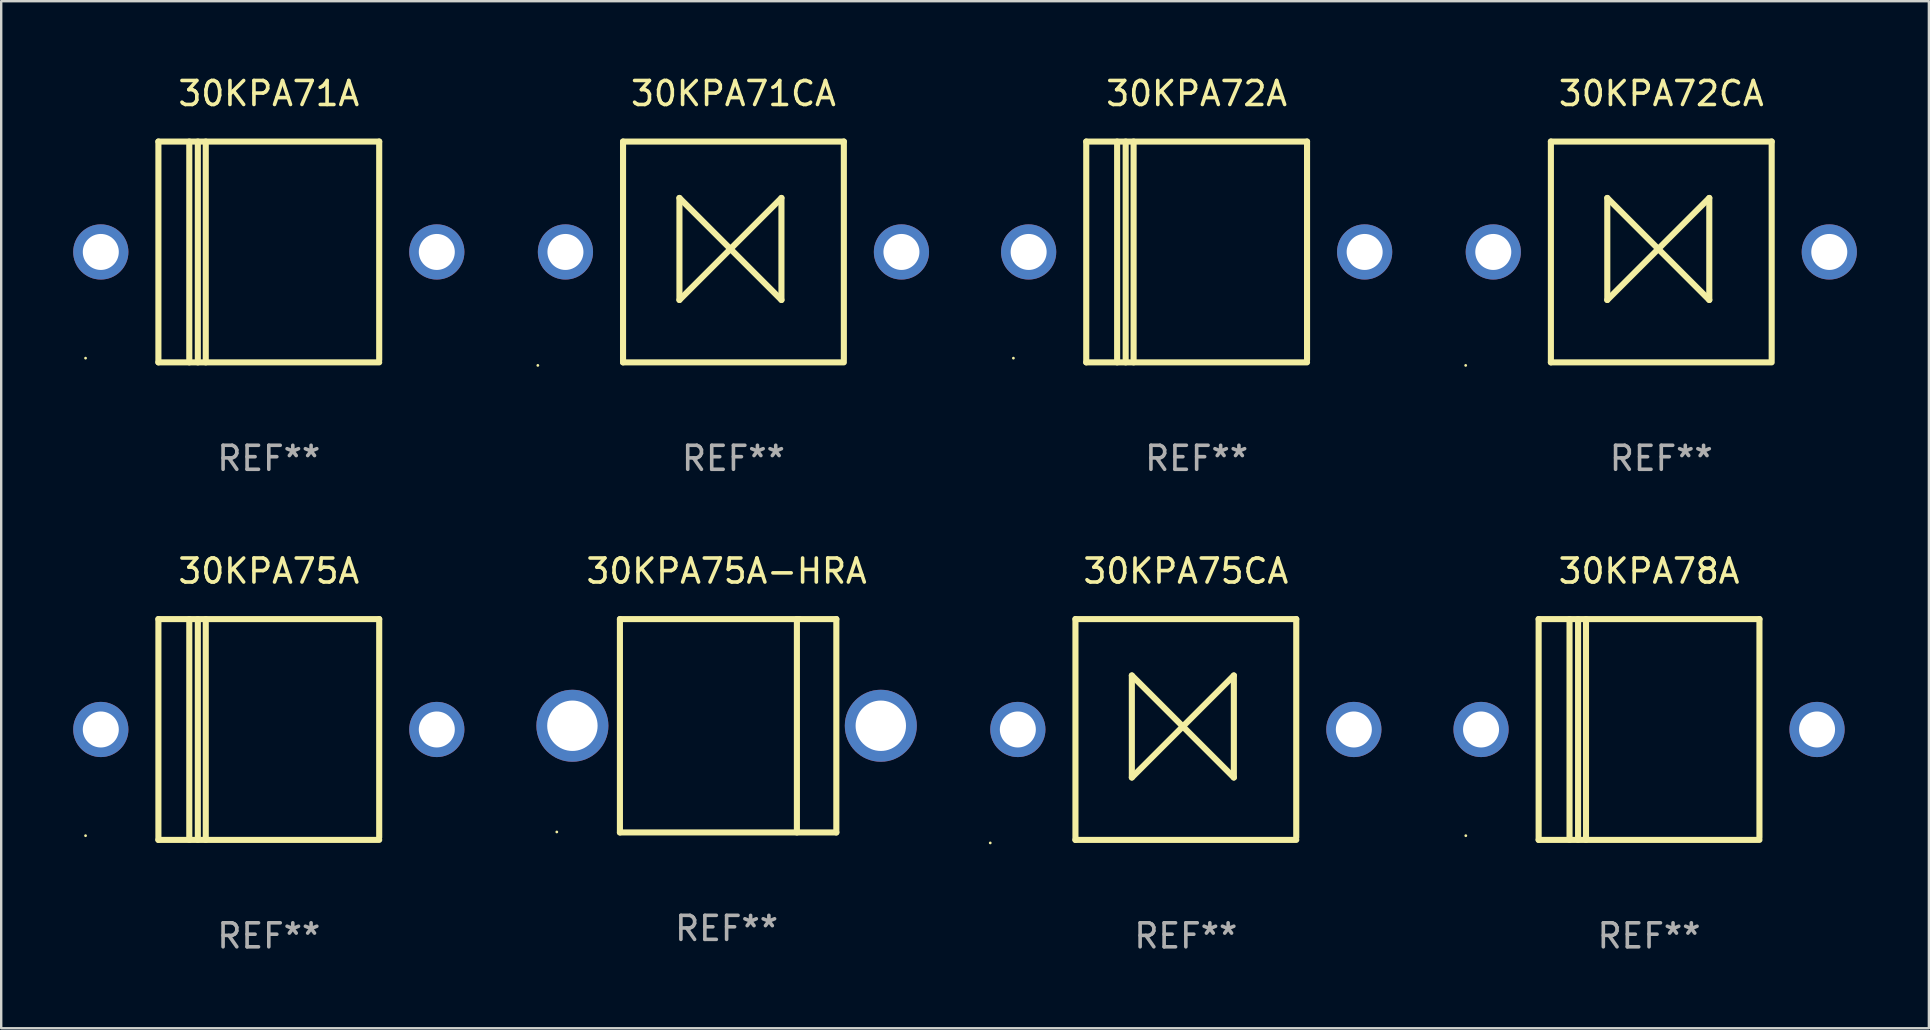
<source format=kicad_pcb>
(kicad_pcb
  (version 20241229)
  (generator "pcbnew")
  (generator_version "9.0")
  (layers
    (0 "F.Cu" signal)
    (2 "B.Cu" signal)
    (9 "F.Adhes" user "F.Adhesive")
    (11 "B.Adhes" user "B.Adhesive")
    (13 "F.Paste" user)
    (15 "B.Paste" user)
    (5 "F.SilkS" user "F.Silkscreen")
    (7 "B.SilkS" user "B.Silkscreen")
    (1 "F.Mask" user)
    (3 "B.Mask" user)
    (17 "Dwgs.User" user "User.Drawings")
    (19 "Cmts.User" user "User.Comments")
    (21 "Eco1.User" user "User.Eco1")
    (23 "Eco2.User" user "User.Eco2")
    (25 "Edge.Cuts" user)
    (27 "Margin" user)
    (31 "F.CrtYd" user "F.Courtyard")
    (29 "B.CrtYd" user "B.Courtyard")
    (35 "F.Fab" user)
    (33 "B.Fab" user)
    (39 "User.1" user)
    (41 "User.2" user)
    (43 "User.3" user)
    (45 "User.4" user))
  (footprint "30KPA71A"
    (layer "F.Cu")
    (at 8.15 7.448)
    (property "Reference" "30KPA71A" (at 0 -6.6 0) (layer "F.SilkS") (effects (font (size 1 1) (thickness 0.15))))
    (attr through_hole)
    (fp_line (start -4.6 -4.6) (end -4.6 4.6) (stroke (width 0.254) (type solid)) (layer "F.SilkS"))
    (fp_line (start -4.6 -4.6) (end 4.6 -4.6) (stroke (width 0.254) (type solid)) (layer "F.SilkS"))
    (fp_line (start -4.6 4.6) (end 4.6 4.6) (stroke (width 0.254) (type solid)) (layer "F.SilkS"))
    (fp_line (start -3.313 -4.6) (end -3.313 4.6) (stroke (width 0.254) (type solid)) (layer "F.SilkS"))
    (fp_line (start -2.957 -4.6) (end -2.957 4.6) (stroke (width 0.254) (type solid)) (layer "F.SilkS"))
    (fp_line (start -2.627 -4.6) (end -2.627 4.6) (stroke (width 0.254) (type solid)) (layer "F.SilkS"))
    (fp_line (start 4.6 -4.6) (end 4.6 4.5) (stroke (width 0.254) (type solid)) (layer "F.SilkS"))
    (fp_circle (center -7.635 4.425) (end -7.605 4.425) (stroke (width 0.06) (type solid)) (fill no) (layer "F.SilkS"))
    (fp_text user "REF**" (at 0 8.6 0) (layer "F.Fab") (effects (font (size 1 1) (thickness 0.15))))
    (pad "1" thru_hole circle (at -7 0) (size 2.3 2.3) (drill 1.5) (layers "*.Cu" "*.Mask"))
    (pad "2" thru_hole circle (at 7 0) (size 2.3 2.3) (drill 1.5) (layers "*.Cu" "*.Mask")))
  (footprint "30KPA75CA"
    (layer "F.Cu")
    (at 46.36 27.345)
    (property "Reference" "30KPA75CA" (at 0 -6.6 0) (layer "F.SilkS") (effects (font (size 1 1) (thickness 0.15))))
    (attr through_hole)
    (fp_line (start -4.6 -4.6) (end -4.6 4.6) (stroke (width 0.254) (type solid)) (layer "F.SilkS"))
    (fp_line (start -4.6 -4.6) (end 4.6 -4.6) (stroke (width 0.254) (type solid)) (layer "F.SilkS"))
    (fp_line (start -4.6 4.6) (end 4.6 4.6) (stroke (width 0.254) (type solid)) (layer "F.SilkS"))
    (fp_line (start -2.25 -2.25) (end -2.25 2) (stroke (width 0.254) (type solid)) (layer "F.SilkS"))
    (fp_line (start -2.25 2) (end 2 -2.25) (stroke (width 0.254) (type solid)) (layer "F.SilkS"))
    (fp_line (start 2 -2.25) (end 2 2) (stroke (width 0.254) (type solid)) (layer "F.SilkS"))
    (fp_line (start 2 2) (end -2.25 -2.25) (stroke (width 0.254) (type solid)) (layer "F.SilkS"))
    (fp_line (start 4.6 -4.6) (end 4.6 4.5) (stroke (width 0.254) (type solid)) (layer "F.SilkS"))
    (fp_circle (center -8.15 4.727) (end -8.12 4.727) (stroke (width 0.06) (type solid)) (fill no) (layer "F.SilkS"))
    (fp_text user "REF**" (at 0 8.6 0) (layer "F.Fab") (effects (font (size 1 1) (thickness 0.15))))
    (pad "1" thru_hole circle (at -7 0) (size 2.3 2.3) (drill 1.5) (layers "*.Cu" "*.Mask"))
    (pad "2" thru_hole circle (at 7 0) (size 2.3 2.3) (drill 1.5) (layers "*.Cu" "*.Mask")))
  (footprint "30KPA72CA"
    (layer "F.Cu")
    (at 66.17 7.448)
    (property "Reference" "30KPA72CA" (at 0 -6.6 0) (layer "F.SilkS") (effects (font (size 1 1) (thickness 0.15))))
    (attr through_hole)
    (fp_line (start -4.6 -4.6) (end -4.6 4.6) (stroke (width 0.254) (type solid)) (layer "F.SilkS"))
    (fp_line (start -4.6 -4.6) (end 4.6 -4.6) (stroke (width 0.254) (type solid)) (layer "F.SilkS"))
    (fp_line (start -4.6 4.6) (end 4.6 4.6) (stroke (width 0.254) (type solid)) (layer "F.SilkS"))
    (fp_line (start -2.25 -2.25) (end -2.25 2) (stroke (width 0.254) (type solid)) (layer "F.SilkS"))
    (fp_line (start -2.25 2) (end 2 -2.25) (stroke (width 0.254) (type solid)) (layer "F.SilkS"))
    (fp_line (start 2 -2.25) (end 2 2) (stroke (width 0.254) (type solid)) (layer "F.SilkS"))
    (fp_line (start 2 2) (end -2.25 -2.25) (stroke (width 0.254) (type solid)) (layer "F.SilkS"))
    (fp_line (start 4.6 -4.6) (end 4.6 4.5) (stroke (width 0.254) (type solid)) (layer "F.SilkS"))
    (fp_circle (center -8.15 4.727) (end -8.12 4.727) (stroke (width 0.06) (type solid)) (fill no) (layer "F.SilkS"))
    (fp_text user "REF**" (at 0 8.6 0) (layer "F.Fab") (effects (font (size 1 1) (thickness 0.15))))
    (pad "1" thru_hole circle (at -7 0) (size 2.3 2.3) (drill 1.5) (layers "*.Cu" "*.Mask"))
    (pad "2" thru_hole circle (at 7 0) (size 2.3 2.3) (drill 1.5) (layers "*.Cu" "*.Mask")))
  (footprint "30KPA72A"
    (layer "F.Cu")
    (at 46.81 7.448)
    (property "Reference" "30KPA72A" (at 0 -6.6 0) (layer "F.SilkS") (effects (font (size 1 1) (thickness 0.15))))
    (attr through_hole)
    (fp_line (start -4.6 -4.6) (end -4.6 4.6) (stroke (width 0.254) (type solid)) (layer "F.SilkS"))
    (fp_line (start -4.6 -4.6) (end 4.6 -4.6) (stroke (width 0.254) (type solid)) (layer "F.SilkS"))
    (fp_line (start -4.6 4.6) (end 4.6 4.6) (stroke (width 0.254) (type solid)) (layer "F.SilkS"))
    (fp_line (start -3.313 -4.6) (end -3.313 4.6) (stroke (width 0.254) (type solid)) (layer "F.SilkS"))
    (fp_line (start -2.957 -4.6) (end -2.957 4.6) (stroke (width 0.254) (type solid)) (layer "F.SilkS"))
    (fp_line (start -2.627 -4.6) (end -2.627 4.6) (stroke (width 0.254) (type solid)) (layer "F.SilkS"))
    (fp_line (start 4.6 -4.6) (end 4.6 4.5) (stroke (width 0.254) (type solid)) (layer "F.SilkS"))
    (fp_circle (center -7.635 4.425) (end -7.605 4.425) (stroke (width 0.06) (type solid)) (fill no) (layer "F.SilkS"))
    (fp_text user "REF**" (at 0 8.6 0) (layer "F.Fab") (effects (font (size 1 1) (thickness 0.15))))
    (pad "1" thru_hole circle (at -7 0) (size 2.3 2.3) (drill 1.5) (layers "*.Cu" "*.Mask"))
    (pad "2" thru_hole circle (at 7 0) (size 2.3 2.3) (drill 1.5) (layers "*.Cu" "*.Mask")))
  (footprint "30KPA75A-HRA"
    (layer "F.Cu")
    (at 27.225 27.19)
    (property "Reference" "30KPA75A-HRA" (at 0 -6.445 0) (layer "F.SilkS") (effects (font (size 1 1) (thickness 0.15))))
    (attr through_hole)
    (fp_line (start -4.445 -4.445) (end -4.445 4.445) (stroke (width 0.254) (type solid)) (layer "F.SilkS"))
    (fp_line (start -4.445 4.445) (end 4.572 4.445) (stroke (width 0.254) (type solid)) (layer "F.SilkS"))
    (fp_line (start 2.929 -4.445) (end 2.929 4.445) (stroke (width 0.254) (type solid)) (layer "F.SilkS"))
    (fp_line (start 3.029 -4.445) (end 2.929 -4.445) (stroke (width 0.254) (type solid)) (layer "F.SilkS"))
    (fp_line (start 4.572 -4.445) (end -4.445 -4.445) (stroke (width 0.254) (type solid)) (layer "F.SilkS"))
    (fp_line (start 4.572 4.445) (end 4.572 -4.445) (stroke (width 0.254) (type solid)) (layer "F.SilkS"))
    (fp_circle (center -7.075 4.425) (end -7.045 4.425) (stroke (width 0.06) (type solid)) (fill no) (layer "F.SilkS"))
    (fp_text user "REF**" (at 0 8.445 0) (layer "F.Fab") (effects (font (size 1 1) (thickness 0.15))))
    (pad "1" thru_hole circle (at -6.425 0) (size 3 3) (drill 2.1) (layers "*.Cu" "*.Mask"))
    (pad "2" thru_hole circle (at 6.425 0) (size 3 3) (drill 2.1) (layers "*.Cu" "*.Mask")))
  (footprint "30KPA78A"
    (layer "F.Cu")
    (at 65.66 27.345)
    (property "Reference" "30KPA78A" (at 0 -6.6 0) (layer "F.SilkS") (effects (font (size 1 1) (thickness 0.15))))
    (attr through_hole)
    (fp_line (start -4.6 -4.6) (end -4.6 4.6) (stroke (width 0.254) (type solid)) (layer "F.SilkS"))
    (fp_line (start -4.6 -4.6) (end 4.6 -4.6) (stroke (width 0.254) (type solid)) (layer "F.SilkS"))
    (fp_line (start -4.6 4.6) (end 4.6 4.6) (stroke (width 0.254) (type solid)) (layer "F.SilkS"))
    (fp_line (start -3.313 -4.6) (end -3.313 4.6) (stroke (width 0.254) (type solid)) (layer "F.SilkS"))
    (fp_line (start -2.957 -4.6) (end -2.957 4.6) (stroke (width 0.254) (type solid)) (layer "F.SilkS"))
    (fp_line (start -2.627 -4.6) (end -2.627 4.6) (stroke (width 0.254) (type solid)) (layer "F.SilkS"))
    (fp_line (start 4.6 -4.6) (end 4.6 4.5) (stroke (width 0.254) (type solid)) (layer "F.SilkS"))
    (fp_circle (center -7.635 4.425) (end -7.605 4.425) (stroke (width 0.06) (type solid)) (fill no) (layer "F.SilkS"))
    (fp_text user "REF**" (at 0 8.6 0) (layer "F.Fab") (effects (font (size 1 1) (thickness 0.15))))
    (pad "1" thru_hole circle (at -7 0) (size 2.3 2.3) (drill 1.5) (layers "*.Cu" "*.Mask"))
    (pad "2" thru_hole circle (at 7 0) (size 2.3 2.3) (drill 1.5) (layers "*.Cu" "*.Mask")))
  (footprint "30KPA71CA"
    (layer "F.Cu")
    (at 27.51 7.448)
    (property "Reference" "30KPA71CA" (at 0 -6.6 0) (layer "F.SilkS") (effects (font (size 1 1) (thickness 0.15))))
    (attr through_hole)
    (fp_line (start -4.6 -4.6) (end -4.6 4.6) (stroke (width 0.254) (type solid)) (layer "F.SilkS"))
    (fp_line (start -4.6 -4.6) (end 4.6 -4.6) (stroke (width 0.254) (type solid)) (layer "F.SilkS"))
    (fp_line (start -4.6 4.6) (end 4.6 4.6) (stroke (width 0.254) (type solid)) (layer "F.SilkS"))
    (fp_line (start -2.25 -2.25) (end -2.25 2) (stroke (width 0.254) (type solid)) (layer "F.SilkS"))
    (fp_line (start -2.25 2) (end 2 -2.25) (stroke (width 0.254) (type solid)) (layer "F.SilkS"))
    (fp_line (start 2 -2.25) (end 2 2) (stroke (width 0.254) (type solid)) (layer "F.SilkS"))
    (fp_line (start 2 2) (end -2.25 -2.25) (stroke (width 0.254) (type solid)) (layer "F.SilkS"))
    (fp_line (start 4.6 -4.6) (end 4.6 4.5) (stroke (width 0.254) (type solid)) (layer "F.SilkS"))
    (fp_circle (center -8.15 4.727) (end -8.12 4.727) (stroke (width 0.06) (type solid)) (fill no) (layer "F.SilkS"))
    (fp_text user "REF**" (at 0 8.6 0) (layer "F.Fab") (effects (font (size 1 1) (thickness 0.15))))
    (pad "1" thru_hole circle (at -7 0) (size 2.3 2.3) (drill 1.5) (layers "*.Cu" "*.Mask"))
    (pad "2" thru_hole circle (at 7 0) (size 2.3 2.3) (drill 1.5) (layers "*.Cu" "*.Mask")))
  (footprint "30KPA75A"
    (layer "F.Cu")
    (at 8.15 27.345)
    (property "Reference" "30KPA75A" (at 0 -6.6 0) (layer "F.SilkS") (effects (font (size 1 1) (thickness 0.15))))
    (attr through_hole)
    (fp_line (start -4.6 -4.6) (end -4.6 4.6) (stroke (width 0.254) (type solid)) (layer "F.SilkS"))
    (fp_line (start -4.6 -4.6) (end 4.6 -4.6) (stroke (width 0.254) (type solid)) (layer "F.SilkS"))
    (fp_line (start -4.6 4.6) (end 4.6 4.6) (stroke (width 0.254) (type solid)) (layer "F.SilkS"))
    (fp_line (start -3.313 -4.6) (end -3.313 4.6) (stroke (width 0.254) (type solid)) (layer "F.SilkS"))
    (fp_line (start -2.957 -4.6) (end -2.957 4.6) (stroke (width 0.254) (type solid)) (layer "F.SilkS"))
    (fp_line (start -2.627 -4.6) (end -2.627 4.6) (stroke (width 0.254) (type solid)) (layer "F.SilkS"))
    (fp_line (start 4.6 -4.6) (end 4.6 4.5) (stroke (width 0.254) (type solid)) (layer "F.SilkS"))
    (fp_circle (center -7.635 4.425) (end -7.605 4.425) (stroke (width 0.06) (type solid)) (fill no) (layer "F.SilkS"))
    (fp_text user "REF**" (at 0 8.6 0) (layer "F.Fab") (effects (font (size 1 1) (thickness 0.15))))
    (pad "1" thru_hole circle (at -7 0) (size 2.3 2.3) (drill 1.5) (layers "*.Cu" "*.Mask"))
    (pad "2" thru_hole circle (at 7 0) (size 2.3 2.3) (drill 1.5) (layers "*.Cu" "*.Mask")))
  (gr_rect
    (start -3 -3)
    (end 77.32 39.793)
    (stroke (width 0.1) (type default))
    (fill no)
    (layer "Edge.Cuts")))
</source>
